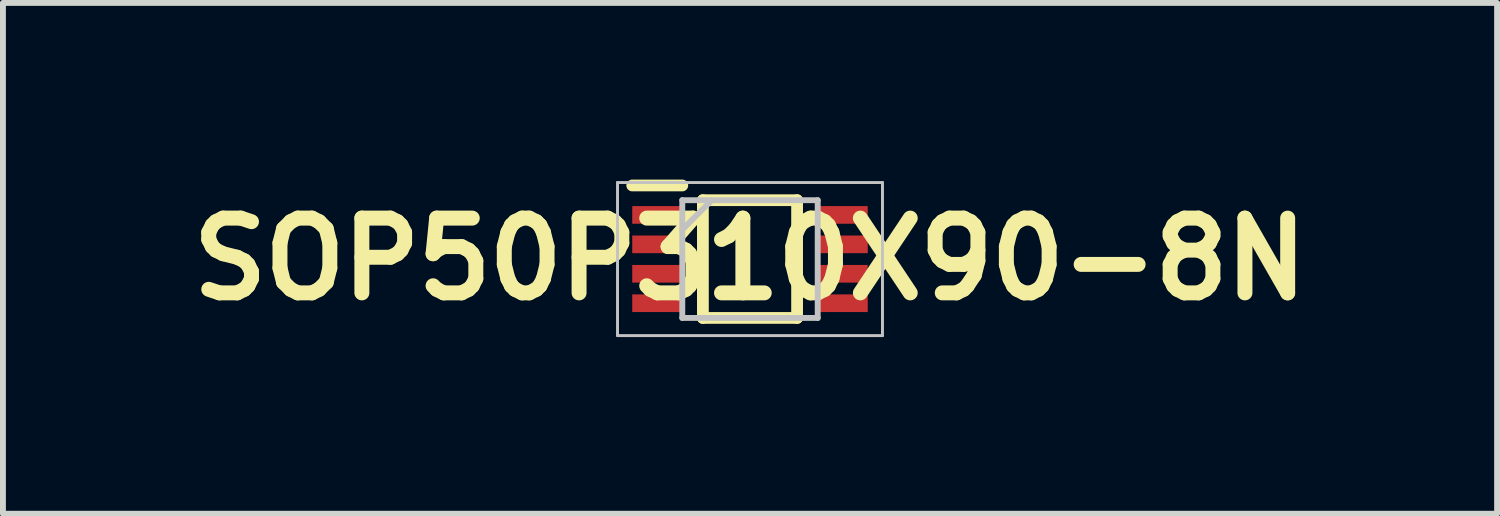
<source format=kicad_pcb>
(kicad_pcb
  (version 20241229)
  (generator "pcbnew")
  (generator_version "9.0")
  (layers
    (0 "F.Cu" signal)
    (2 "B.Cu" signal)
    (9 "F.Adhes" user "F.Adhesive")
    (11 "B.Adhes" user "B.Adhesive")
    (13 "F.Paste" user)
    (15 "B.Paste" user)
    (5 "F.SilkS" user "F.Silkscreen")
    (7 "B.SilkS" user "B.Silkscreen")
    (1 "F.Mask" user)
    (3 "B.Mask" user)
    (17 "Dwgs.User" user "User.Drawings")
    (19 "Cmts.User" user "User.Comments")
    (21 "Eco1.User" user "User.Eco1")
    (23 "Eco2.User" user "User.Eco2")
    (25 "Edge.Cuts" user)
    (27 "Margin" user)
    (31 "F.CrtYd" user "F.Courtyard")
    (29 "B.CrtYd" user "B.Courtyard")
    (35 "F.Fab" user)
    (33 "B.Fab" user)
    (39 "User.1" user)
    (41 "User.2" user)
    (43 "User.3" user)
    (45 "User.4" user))
  (footprint "SOP50P310X90-8N"
    (layer "F.Cu")
    (at 9.688 1.35)
    (property "Reference" "SOP50P310X90-8N" (at 0 0 0) (layer "F.SilkS") (effects (font (size 1.27 1.27) (thickness 0.254))))
    (attr smd)
    (fp_line (start -2 -1.25) (end -1.15 -1.25) (stroke (width 0.2) (type solid)) (layer "F.SilkS"))
    (fp_line (start -0.8 -1) (end 0.8 -1) (stroke (width 0.2) (type solid)) (layer "F.SilkS"))
    (fp_line (start -0.8 1) (end -0.8 -1) (stroke (width 0.2) (type solid)) (layer "F.SilkS"))
    (fp_line (start 0.8 -1) (end 0.8 1) (stroke (width 0.2) (type solid)) (layer "F.SilkS"))
    (fp_line (start 0.8 1) (end -0.8 1) (stroke (width 0.2) (type solid)) (layer "F.SilkS"))
    (fp_line (start -2.25 -1.3) (end 2.25 -1.3) (stroke (width 0.05) (type solid)) (layer "Dwgs.User"))
    (fp_line (start -2.25 1.3) (end -2.25 -1.3) (stroke (width 0.05) (type solid)) (layer "Dwgs.User"))
    (fp_line (start -1.15 -1) (end 1.15 -1) (stroke (width 0.1) (type solid)) (layer "Dwgs.User"))
    (fp_line (start -1.15 -0.5) (end -0.65 -1) (stroke (width 0.1) (type solid)) (layer "Dwgs.User"))
    (fp_line (start -1.15 1) (end -1.15 -1) (stroke (width 0.1) (type solid)) (layer "Dwgs.User"))
    (fp_line (start 1.15 -1) (end 1.15 1) (stroke (width 0.1) (type solid)) (layer "Dwgs.User"))
    (fp_line (start 1.15 1) (end -1.15 1) (stroke (width 0.1) (type solid)) (layer "Dwgs.User"))
    (fp_line (start 2.25 -1.3) (end 2.25 1.3) (stroke (width 0.05) (type solid)) (layer "Dwgs.User"))
    (fp_line (start 2.25 1.3) (end -2.25 1.3) (stroke (width 0.05) (type solid)) (layer "Dwgs.User"))
    (pad "1" smd rect (at -1.575 -0.75 90) (size 0.3 0.85) (layers "F.Cu" "F.Paste"))
    (pad "2" smd rect (at -1.575 -0.25 90) (size 0.3 0.85) (layers "F.Cu" "F.Paste"))
    (pad "3" smd rect (at -1.575 0.25 90) (size 0.3 0.85) (layers "F.Cu" "F.Paste"))
    (pad "4" smd rect (at -1.575 0.75 90) (size 0.3 0.85) (layers "F.Cu" "F.Paste"))
    (pad "5" smd rect (at 1.575 0.75 90) (size 0.3 0.85) (layers "F.Cu" "F.Paste"))
    (pad "6" smd rect (at 1.575 0.25 90) (size 0.3 0.85) (layers "F.Cu" "F.Paste"))
    (pad "7" smd rect (at 1.575 -0.25 90) (size 0.3 0.85) (layers "F.Cu" "F.Paste"))
    (pad "8" smd rect (at 1.575 -0.75 90) (size 0.3 0.85) (layers "F.Cu" "F.Paste")))
  (gr_rect
    (start -3 -3)
    (end 22.377 5.675)
    (stroke (width 0.1) (type default))
    (fill no)
    (layer "Edge.Cuts")))
</source>
